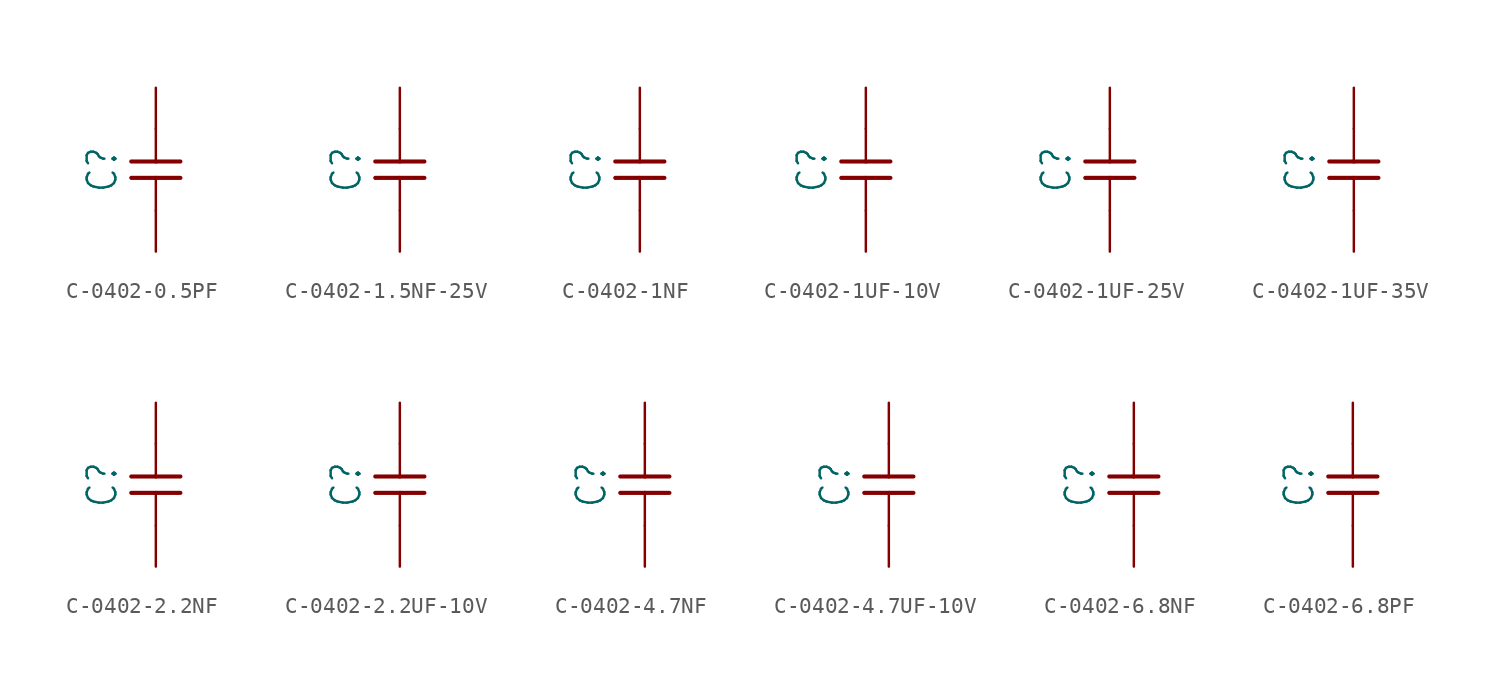
<source format=kicad_sym>
(kicad_symbol_lib
  (version 20231120)
  (generator "kicad_symbol_editor")
  (generator_version "8.0")
  (symbol "C-0402-0.5PF"
    (property "Reference" "C"
      (at -2.286 0 90)
      (effects (font (size 1.778 1.511)) (justify bottom)))
    (property "Value" ""
      (at 2.286 0 90)
      (effects (font (size 1.778 1.511)) (justify top)))
    (property "ki_locked" ""
      (at 0 0 0)
      (effects (font (size 1.27 1.27))))
    (symbol "C-0402-0.5PF_1_0"
      (polyline (pts (xy -1.524 0.508) (xy 0 0.508)) (stroke (width 0.254) (type solid)) (fill (type none)))
      (polyline (pts (xy 0 -2.54) (xy 0 -0.508)) (stroke (width 0.152) (type solid)) (fill (type none)))
      (polyline (pts (xy 0 -0.508) (xy -1.524 -0.508)) (stroke (width 0.254) (type solid)) (fill (type none)))
      (polyline (pts (xy 0 0.508) (xy 0 2.54)) (stroke (width 0.152) (type solid)) (fill (type none)))
      (polyline (pts (xy 0 0.508) (xy 1.524 0.508)) (stroke (width 0.254) (type solid)) (fill (type none)))
      (polyline (pts (xy 1.524 -0.508) (xy 0 -0.508)) (stroke (width 0.254) (type solid)) (fill (type none)))
      (pin passive line (at 0 5.08 270) (length 2.54) (name "1" (effects (font (size 0 0)))) (number "1" (effects (font (size 0 0)))))
      (pin passive line (at 0 -5.08 90) (length 2.54) (name "2" (effects (font (size 0 0)))) (number "2" (effects (font (size 0 0)))))))
  (symbol "C-0402-1.5NF-25V"
    (property "Reference" "C"
      (at -2.286 0 90)
      (effects (font (size 1.778 1.511)) (justify bottom)))
    (property "Value" ""
      (at 2.286 0 90)
      (effects (font (size 1.778 1.511)) (justify top)))
    (property "ki_locked" ""
      (at 0 0 0)
      (effects (font (size 1.27 1.27))))
    (symbol "C-0402-1.5NF-25V_1_0"
      (polyline (pts (xy -1.524 0.508) (xy 0 0.508)) (stroke (width 0.254) (type solid)) (fill (type none)))
      (polyline (pts (xy 0 -2.54) (xy 0 -0.508)) (stroke (width 0.152) (type solid)) (fill (type none)))
      (polyline (pts (xy 0 -0.508) (xy -1.524 -0.508)) (stroke (width 0.254) (type solid)) (fill (type none)))
      (polyline (pts (xy 0 0.508) (xy 0 2.54)) (stroke (width 0.152) (type solid)) (fill (type none)))
      (polyline (pts (xy 0 0.508) (xy 1.524 0.508)) (stroke (width 0.254) (type solid)) (fill (type none)))
      (polyline (pts (xy 1.524 -0.508) (xy 0 -0.508)) (stroke (width 0.254) (type solid)) (fill (type none)))
      (pin passive line (at 0 5.08 270) (length 2.54) (name "1" (effects (font (size 0 0)))) (number "1" (effects (font (size 0 0)))))
      (pin passive line (at 0 -5.08 90) (length 2.54) (name "2" (effects (font (size 0 0)))) (number "2" (effects (font (size 0 0)))))))
  (symbol "C-0402-1NF"
    (property "Reference" "C"
      (at -2.286 0 90)
      (effects (font (size 1.778 1.511)) (justify bottom)))
    (property "Value" ""
      (at 2.286 0 90)
      (effects (font (size 1.778 1.511)) (justify top)))
    (property "ki_locked" ""
      (at 0 0 0)
      (effects (font (size 1.27 1.27))))
    (symbol "C-0402-1NF_1_0"
      (polyline (pts (xy -1.524 0.508) (xy 0 0.508)) (stroke (width 0.254) (type solid)) (fill (type none)))
      (polyline (pts (xy 0 -2.54) (xy 0 -0.508)) (stroke (width 0.152) (type solid)) (fill (type none)))
      (polyline (pts (xy 0 -0.508) (xy -1.524 -0.508)) (stroke (width 0.254) (type solid)) (fill (type none)))
      (polyline (pts (xy 0 0.508) (xy 0 2.54)) (stroke (width 0.152) (type solid)) (fill (type none)))
      (polyline (pts (xy 0 0.508) (xy 1.524 0.508)) (stroke (width 0.254) (type solid)) (fill (type none)))
      (polyline (pts (xy 1.524 -0.508) (xy 0 -0.508)) (stroke (width 0.254) (type solid)) (fill (type none)))
      (pin passive line (at 0 5.08 270) (length 2.54) (name "1" (effects (font (size 0 0)))) (number "1" (effects (font (size 0 0)))))
      (pin passive line (at 0 -5.08 90) (length 2.54) (name "2" (effects (font (size 0 0)))) (number "2" (effects (font (size 0 0)))))))
  (symbol "C-0402-1UF-10V"
    (property "Reference" "C"
      (at -2.286 0 90)
      (effects (font (size 1.778 1.511)) (justify bottom)))
    (property "Value" ""
      (at 2.286 0 90)
      (effects (font (size 1.778 1.511)) (justify top)))
    (property "ki_locked" ""
      (at 0 0 0)
      (effects (font (size 1.27 1.27))))
    (symbol "C-0402-1UF-10V_1_0"
      (polyline (pts (xy -1.524 0.508) (xy 0 0.508)) (stroke (width 0.254) (type solid)) (fill (type none)))
      (polyline (pts (xy 0 -2.54) (xy 0 -0.508)) (stroke (width 0.152) (type solid)) (fill (type none)))
      (polyline (pts (xy 0 -0.508) (xy -1.524 -0.508)) (stroke (width 0.254) (type solid)) (fill (type none)))
      (polyline (pts (xy 0 0.508) (xy 0 2.54)) (stroke (width 0.152) (type solid)) (fill (type none)))
      (polyline (pts (xy 0 0.508) (xy 1.524 0.508)) (stroke (width 0.254) (type solid)) (fill (type none)))
      (polyline (pts (xy 1.524 -0.508) (xy 0 -0.508)) (stroke (width 0.254) (type solid)) (fill (type none)))
      (pin passive line (at 0 5.08 270) (length 2.54) (name "1" (effects (font (size 0 0)))) (number "1" (effects (font (size 0 0)))))
      (pin passive line (at 0 -5.08 90) (length 2.54) (name "2" (effects (font (size 0 0)))) (number "2" (effects (font (size 0 0)))))))
  (symbol "C-0402-1UF-25V"
    (property "Reference" "C"
      (at -2.286 0 90)
      (effects (font (size 1.778 1.511)) (justify bottom)))
    (property "Value" ""
      (at 2.286 0 90)
      (effects (font (size 1.778 1.511)) (justify top)))
    (property "ki_locked" ""
      (at 0 0 0)
      (effects (font (size 1.27 1.27))))
    (symbol "C-0402-1UF-25V_1_0"
      (polyline (pts (xy -1.524 0.508) (xy 0 0.508)) (stroke (width 0.254) (type solid)) (fill (type none)))
      (polyline (pts (xy 0 -2.54) (xy 0 -0.508)) (stroke (width 0.152) (type solid)) (fill (type none)))
      (polyline (pts (xy 0 -0.508) (xy -1.524 -0.508)) (stroke (width 0.254) (type solid)) (fill (type none)))
      (polyline (pts (xy 0 0.508) (xy 0 2.54)) (stroke (width 0.152) (type solid)) (fill (type none)))
      (polyline (pts (xy 0 0.508) (xy 1.524 0.508)) (stroke (width 0.254) (type solid)) (fill (type none)))
      (polyline (pts (xy 1.524 -0.508) (xy 0 -0.508)) (stroke (width 0.254) (type solid)) (fill (type none)))
      (pin passive line (at 0 5.08 270) (length 2.54) (name "1" (effects (font (size 0 0)))) (number "1" (effects (font (size 0 0)))))
      (pin passive line (at 0 -5.08 90) (length 2.54) (name "2" (effects (font (size 0 0)))) (number "2" (effects (font (size 0 0)))))))
  (symbol "C-0402-1UF-35V"
    (property "Reference" "C"
      (at -2.286 0 90)
      (effects (font (size 1.778 1.511)) (justify bottom)))
    (property "Value" ""
      (at 2.286 0 90)
      (effects (font (size 1.778 1.511)) (justify top)))
    (property "ki_locked" ""
      (at 0 0 0)
      (effects (font (size 1.27 1.27))))
    (symbol "C-0402-1UF-35V_1_0"
      (polyline (pts (xy -1.524 0.508) (xy 0 0.508)) (stroke (width 0.254) (type solid)) (fill (type none)))
      (polyline (pts (xy 0 -2.54) (xy 0 -0.508)) (stroke (width 0.152) (type solid)) (fill (type none)))
      (polyline (pts (xy 0 -0.508) (xy -1.524 -0.508)) (stroke (width 0.254) (type solid)) (fill (type none)))
      (polyline (pts (xy 0 0.508) (xy 0 2.54)) (stroke (width 0.152) (type solid)) (fill (type none)))
      (polyline (pts (xy 0 0.508) (xy 1.524 0.508)) (stroke (width 0.254) (type solid)) (fill (type none)))
      (polyline (pts (xy 1.524 -0.508) (xy 0 -0.508)) (stroke (width 0.254) (type solid)) (fill (type none)))
      (pin passive line (at 0 5.08 270) (length 2.54) (name "1" (effects (font (size 0 0)))) (number "1" (effects (font (size 0 0)))))
      (pin passive line (at 0 -5.08 90) (length 2.54) (name "2" (effects (font (size 0 0)))) (number "2" (effects (font (size 0 0)))))))
  (symbol "C-0402-2.2NF"
    (property "Reference" "C"
      (at -2.286 0 90)
      (effects (font (size 1.778 1.511)) (justify bottom)))
    (property "Value" ""
      (at 2.286 0 90)
      (effects (font (size 1.778 1.511)) (justify top)))
    (property "ki_locked" ""
      (at 0 0 0)
      (effects (font (size 1.27 1.27))))
    (symbol "C-0402-2.2NF_1_0"
      (polyline (pts (xy -1.524 0.508) (xy 0 0.508)) (stroke (width 0.254) (type solid)) (fill (type none)))
      (polyline (pts (xy 0 -2.54) (xy 0 -0.508)) (stroke (width 0.152) (type solid)) (fill (type none)))
      (polyline (pts (xy 0 -0.508) (xy -1.524 -0.508)) (stroke (width 0.254) (type solid)) (fill (type none)))
      (polyline (pts (xy 0 0.508) (xy 0 2.54)) (stroke (width 0.152) (type solid)) (fill (type none)))
      (polyline (pts (xy 0 0.508) (xy 1.524 0.508)) (stroke (width 0.254) (type solid)) (fill (type none)))
      (polyline (pts (xy 1.524 -0.508) (xy 0 -0.508)) (stroke (width 0.254) (type solid)) (fill (type none)))
      (pin passive line (at 0 5.08 270) (length 2.54) (name "1" (effects (font (size 0 0)))) (number "1" (effects (font (size 0 0)))))
      (pin passive line (at 0 -5.08 90) (length 2.54) (name "2" (effects (font (size 0 0)))) (number "2" (effects (font (size 0 0)))))))
  (symbol "C-0402-2.2UF-10V"
    (property "Reference" "C"
      (at -2.286 0 90)
      (effects (font (size 1.778 1.511)) (justify bottom)))
    (property "Value" ""
      (at 2.286 0 90)
      (effects (font (size 1.778 1.511)) (justify top)))
    (property "ki_locked" ""
      (at 0 0 0)
      (effects (font (size 1.27 1.27))))
    (symbol "C-0402-2.2UF-10V_1_0"
      (polyline (pts (xy -1.524 0.508) (xy 0 0.508)) (stroke (width 0.254) (type solid)) (fill (type none)))
      (polyline (pts (xy 0 -2.54) (xy 0 -0.508)) (stroke (width 0.152) (type solid)) (fill (type none)))
      (polyline (pts (xy 0 -0.508) (xy -1.524 -0.508)) (stroke (width 0.254) (type solid)) (fill (type none)))
      (polyline (pts (xy 0 0.508) (xy 0 2.54)) (stroke (width 0.152) (type solid)) (fill (type none)))
      (polyline (pts (xy 0 0.508) (xy 1.524 0.508)) (stroke (width 0.254) (type solid)) (fill (type none)))
      (polyline (pts (xy 1.524 -0.508) (xy 0 -0.508)) (stroke (width 0.254) (type solid)) (fill (type none)))
      (pin passive line (at 0 5.08 270) (length 2.54) (name "1" (effects (font (size 0 0)))) (number "1" (effects (font (size 0 0)))))
      (pin passive line (at 0 -5.08 90) (length 2.54) (name "2" (effects (font (size 0 0)))) (number "2" (effects (font (size 0 0)))))))
  (symbol "C-0402-4.7NF"
    (property "Reference" "C"
      (at -2.286 0 90)
      (effects (font (size 1.778 1.511)) (justify bottom)))
    (property "Value" ""
      (at 2.286 0 90)
      (effects (font (size 1.778 1.511)) (justify top)))
    (property "ki_locked" ""
      (at 0 0 0)
      (effects (font (size 1.27 1.27))))
    (symbol "C-0402-4.7NF_1_0"
      (polyline (pts (xy -1.524 0.508) (xy 0 0.508)) (stroke (width 0.254) (type solid)) (fill (type none)))
      (polyline (pts (xy 0 -2.54) (xy 0 -0.508)) (stroke (width 0.152) (type solid)) (fill (type none)))
      (polyline (pts (xy 0 -0.508) (xy -1.524 -0.508)) (stroke (width 0.254) (type solid)) (fill (type none)))
      (polyline (pts (xy 0 0.508) (xy 0 2.54)) (stroke (width 0.152) (type solid)) (fill (type none)))
      (polyline (pts (xy 0 0.508) (xy 1.524 0.508)) (stroke (width 0.254) (type solid)) (fill (type none)))
      (polyline (pts (xy 1.524 -0.508) (xy 0 -0.508)) (stroke (width 0.254) (type solid)) (fill (type none)))
      (pin passive line (at 0 5.08 270) (length 2.54) (name "1" (effects (font (size 0 0)))) (number "1" (effects (font (size 0 0)))))
      (pin passive line (at 0 -5.08 90) (length 2.54) (name "2" (effects (font (size 0 0)))) (number "2" (effects (font (size 0 0)))))))
  (symbol "C-0402-4.7UF-10V"
    (property "Reference" "C"
      (at -2.286 0 90)
      (effects (font (size 1.778 1.511)) (justify bottom)))
    (property "Value" ""
      (at 2.286 0 90)
      (effects (font (size 1.778 1.511)) (justify top)))
    (property "ki_locked" ""
      (at 0 0 0)
      (effects (font (size 1.27 1.27))))
    (symbol "C-0402-4.7UF-10V_1_0"
      (polyline (pts (xy -1.524 0.508) (xy 0 0.508)) (stroke (width 0.254) (type solid)) (fill (type none)))
      (polyline (pts (xy 0 -2.54) (xy 0 -0.508)) (stroke (width 0.152) (type solid)) (fill (type none)))
      (polyline (pts (xy 0 -0.508) (xy -1.524 -0.508)) (stroke (width 0.254) (type solid)) (fill (type none)))
      (polyline (pts (xy 0 0.508) (xy 0 2.54)) (stroke (width 0.152) (type solid)) (fill (type none)))
      (polyline (pts (xy 0 0.508) (xy 1.524 0.508)) (stroke (width 0.254) (type solid)) (fill (type none)))
      (polyline (pts (xy 1.524 -0.508) (xy 0 -0.508)) (stroke (width 0.254) (type solid)) (fill (type none)))
      (pin passive line (at 0 5.08 270) (length 2.54) (name "1" (effects (font (size 0 0)))) (number "1" (effects (font (size 0 0)))))
      (pin passive line (at 0 -5.08 90) (length 2.54) (name "2" (effects (font (size 0 0)))) (number "2" (effects (font (size 0 0)))))))
  (symbol "C-0402-6.8NF"
    (property "Reference" "C"
      (at -2.286 0 90)
      (effects (font (size 1.778 1.511)) (justify bottom)))
    (property "Value" ""
      (at 2.286 0 90)
      (effects (font (size 1.778 1.511)) (justify top)))
    (property "ki_locked" ""
      (at 0 0 0)
      (effects (font (size 1.27 1.27))))
    (symbol "C-0402-6.8NF_1_0"
      (polyline (pts (xy -1.524 0.508) (xy 0 0.508)) (stroke (width 0.254) (type solid)) (fill (type none)))
      (polyline (pts (xy 0 -2.54) (xy 0 -0.508)) (stroke (width 0.152) (type solid)) (fill (type none)))
      (polyline (pts (xy 0 -0.508) (xy -1.524 -0.508)) (stroke (width 0.254) (type solid)) (fill (type none)))
      (polyline (pts (xy 0 0.508) (xy 0 2.54)) (stroke (width 0.152) (type solid)) (fill (type none)))
      (polyline (pts (xy 0 0.508) (xy 1.524 0.508)) (stroke (width 0.254) (type solid)) (fill (type none)))
      (polyline (pts (xy 1.524 -0.508) (xy 0 -0.508)) (stroke (width 0.254) (type solid)) (fill (type none)))
      (pin passive line (at 0 5.08 270) (length 2.54) (name "1" (effects (font (size 0 0)))) (number "1" (effects (font (size 0 0)))))
      (pin passive line (at 0 -5.08 90) (length 2.54) (name "2" (effects (font (size 0 0)))) (number "2" (effects (font (size 0 0)))))))
  (symbol "C-0402-6.8PF"
    (property "Reference" "C"
      (at -2.286 0 90)
      (effects (font (size 1.778 1.511)) (justify bottom)))
    (property "Value" ""
      (at 2.286 0 90)
      (effects (font (size 1.778 1.511)) (justify top)))
    (property "ki_locked" ""
      (at 0 0 0)
      (effects (font (size 1.27 1.27))))
    (symbol "C-0402-6.8PF_1_0"
      (polyline (pts (xy -1.524 0.508) (xy 0 0.508)) (stroke (width 0.254) (type solid)) (fill (type none)))
      (polyline (pts (xy 0 -2.54) (xy 0 -0.508)) (stroke (width 0.152) (type solid)) (fill (type none)))
      (polyline (pts (xy 0 -0.508) (xy -1.524 -0.508)) (stroke (width 0.254) (type solid)) (fill (type none)))
      (polyline (pts (xy 0 0.508) (xy 0 2.54)) (stroke (width 0.152) (type solid)) (fill (type none)))
      (polyline (pts (xy 0 0.508) (xy 1.524 0.508)) (stroke (width 0.254) (type solid)) (fill (type none)))
      (polyline (pts (xy 1.524 -0.508) (xy 0 -0.508)) (stroke (width 0.254) (type solid)) (fill (type none)))
      (pin passive line (at 0 5.08 270) (length 2.54) (name "1" (effects (font (size 0 0)))) (number "1" (effects (font (size 0 0)))))
      (pin passive line (at 0 -5.08 90) (length 2.54) (name "2" (effects (font (size 0 0)))) (number "2" (effects (font (size 0 0))))))))
</source>
